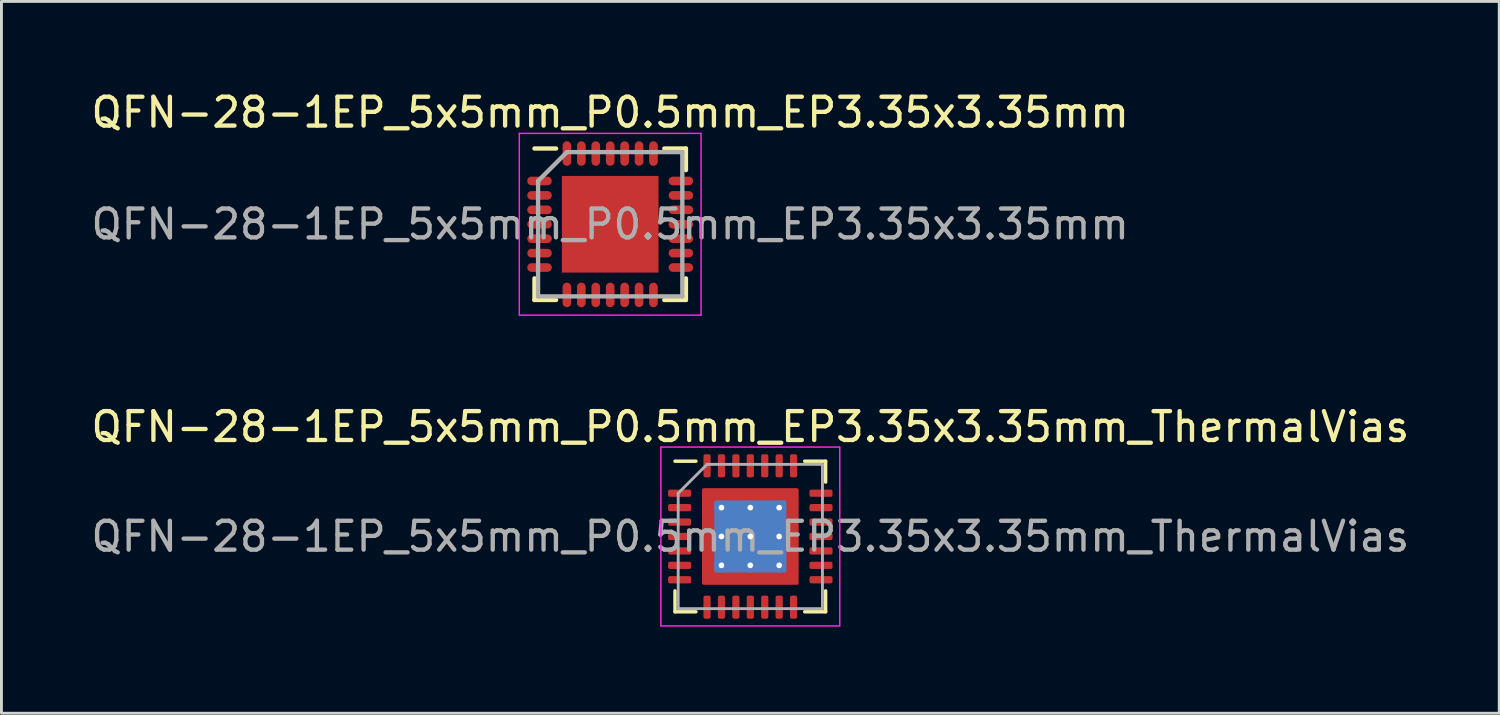
<source format=kicad_pcb>
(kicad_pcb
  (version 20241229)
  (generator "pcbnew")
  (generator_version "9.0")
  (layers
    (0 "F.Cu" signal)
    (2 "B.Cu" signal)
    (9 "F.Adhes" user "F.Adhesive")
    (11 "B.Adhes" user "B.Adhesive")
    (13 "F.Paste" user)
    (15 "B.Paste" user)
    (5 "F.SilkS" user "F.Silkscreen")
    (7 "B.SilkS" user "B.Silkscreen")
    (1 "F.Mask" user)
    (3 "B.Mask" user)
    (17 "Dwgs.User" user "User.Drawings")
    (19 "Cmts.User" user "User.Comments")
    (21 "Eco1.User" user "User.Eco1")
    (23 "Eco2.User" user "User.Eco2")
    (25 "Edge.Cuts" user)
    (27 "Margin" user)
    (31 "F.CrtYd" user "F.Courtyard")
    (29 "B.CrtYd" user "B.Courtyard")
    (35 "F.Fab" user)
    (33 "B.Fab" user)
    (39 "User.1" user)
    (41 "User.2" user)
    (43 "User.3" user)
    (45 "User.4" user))
  (footprint "QFN-28-1EP_5x5mm_P0.5mm_EP3.35x3.35mm"
    (layer "F.Cu")
    (at 18.101 4.723)
    (property "Reference" "QFN-28-1EP_5x5mm_P0.5mm_EP3.35x3.35mm" (at 0 -3.875 0) (layer "F.SilkS") (effects (font (size 1 1) (thickness 0.15))))
    (attr smd)
    (fp_line (start -2.625 -2.625) (end -1.875 -2.625) (stroke (width 0.15) (type solid)) (layer "F.SilkS"))
    (fp_line (start -2.625 2.625) (end -2.625 1.875) (stroke (width 0.15) (type solid)) (layer "F.SilkS"))
    (fp_line (start -2.625 2.625) (end -1.875 2.625) (stroke (width 0.15) (type solid)) (layer "F.SilkS"))
    (fp_line (start 2.625 -2.625) (end 1.875 -2.625) (stroke (width 0.15) (type solid)) (layer "F.SilkS"))
    (fp_line (start 2.625 -2.625) (end 2.625 -1.875) (stroke (width 0.15) (type solid)) (layer "F.SilkS"))
    (fp_line (start 2.625 2.625) (end 1.875 2.625) (stroke (width 0.15) (type solid)) (layer "F.SilkS"))
    (fp_line (start 2.625 2.625) (end 2.625 1.875) (stroke (width 0.15) (type solid)) (layer "F.SilkS"))
    (fp_line (start -3.15 -3.15) (end -3.15 3.15) (stroke (width 0.05) (type solid)) (layer "F.CrtYd"))
    (fp_line (start -3.15 -3.15) (end 3.15 -3.15) (stroke (width 0.05) (type solid)) (layer "F.CrtYd"))
    (fp_line (start -3.15 3.15) (end 3.15 3.15) (stroke (width 0.05) (type solid)) (layer "F.CrtYd"))
    (fp_line (start 3.15 -3.15) (end 3.15 3.15) (stroke (width 0.05) (type solid)) (layer "F.CrtYd"))
    (fp_line (start -2.5 -1.5) (end -1.5 -2.5) (stroke (width 0.15) (type solid)) (layer "F.Fab"))
    (fp_line (start -2.5 2.5) (end -2.5 -1.5) (stroke (width 0.15) (type solid)) (layer "F.Fab"))
    (fp_line (start -1.5 -2.5) (end 2.5 -2.5) (stroke (width 0.15) (type solid)) (layer "F.Fab"))
    (fp_line (start 2.5 -2.5) (end 2.5 2.5) (stroke (width 0.15) (type solid)) (layer "F.Fab"))
    (fp_line (start 2.5 2.5) (end -2.5 2.5) (stroke (width 0.15) (type solid)) (layer "F.Fab"))
    (fp_text user "${REFERENCE}" (at 0 0 0) (layer "F.Fab") (effects (font (size 1 1) (thickness 0.15))))
    (pad "" smd rect (at -1.117 -1.117) (size 0.9 0.9) (layers "F.Paste"))
    (pad "" smd rect (at -1.117 0) (size 0.9 0.9) (layers "F.Paste"))
    (pad "" smd rect (at -1.117 1.117) (size 0.9 0.9) (layers "F.Paste"))
    (pad "" smd rect (at 0 -1.117) (size 0.9 0.9) (layers "F.Paste"))
    (pad "" smd rect (at 0 0) (size 0.9 0.9) (layers "F.Paste"))
    (pad "" smd rect (at 0 1.117) (size 0.9 0.9) (layers "F.Paste"))
    (pad "" smd rect (at 1.117 -1.117) (size 0.9 0.9) (layers "F.Paste"))
    (pad "" smd rect (at 1.117 0) (size 0.9 0.9) (layers "F.Paste"))
    (pad "" smd rect (at 1.117 1.117) (size 0.9 0.9) (layers "F.Paste"))
    (pad "1" smd oval (at -2.45 -1.5) (size 0.85 0.3) (layers "F.Cu" "F.Mask" "F.Paste"))
    (pad "2" smd oval (at -2.45 -1) (size 0.85 0.3) (layers "F.Cu" "F.Mask" "F.Paste"))
    (pad "3" smd oval (at -2.45 -0.5) (size 0.85 0.3) (layers "F.Cu" "F.Mask" "F.Paste"))
    (pad "4" smd oval (at -2.45 0) (size 0.85 0.3) (layers "F.Cu" "F.Mask" "F.Paste"))
    (pad "5" smd oval (at -2.45 0.5) (size 0.85 0.3) (layers "F.Cu" "F.Mask" "F.Paste"))
    (pad "6" smd oval (at -2.45 1) (size 0.85 0.3) (layers "F.Cu" "F.Mask" "F.Paste"))
    (pad "7" smd oval (at -2.45 1.5) (size 0.85 0.3) (layers "F.Cu" "F.Mask" "F.Paste"))
    (pad "8" smd oval (at -1.5 2.45 90) (size 0.85 0.3) (layers "F.Cu" "F.Mask" "F.Paste"))
    (pad "9" smd oval (at -1 2.45 90) (size 0.85 0.3) (layers "F.Cu" "F.Mask" "F.Paste"))
    (pad "10" smd oval (at -0.5 2.45 90) (size 0.85 0.3) (layers "F.Cu" "F.Mask" "F.Paste"))
    (pad "11" smd oval (at 0 2.45 90) (size 0.85 0.3) (layers "F.Cu" "F.Mask" "F.Paste"))
    (pad "12" smd oval (at 0.5 2.45 90) (size 0.85 0.3) (layers "F.Cu" "F.Mask" "F.Paste"))
    (pad "13" smd oval (at 1 2.45 90) (size 0.85 0.3) (layers "F.Cu" "F.Mask" "F.Paste"))
    (pad "14" smd oval (at 1.5 2.45 90) (size 0.85 0.3) (layers "F.Cu" "F.Mask" "F.Paste"))
    (pad "15" smd oval (at 2.45 1.5) (size 0.85 0.3) (layers "F.Cu" "F.Mask" "F.Paste"))
    (pad "16" smd oval (at 2.45 1) (size 0.85 0.3) (layers "F.Cu" "F.Mask" "F.Paste"))
    (pad "17" smd oval (at 2.45 0.5) (size 0.85 0.3) (layers "F.Cu" "F.Mask" "F.Paste"))
    (pad "18" smd oval (at 2.45 0) (size 0.85 0.3) (layers "F.Cu" "F.Mask" "F.Paste"))
    (pad "19" smd oval (at 2.45 -0.5) (size 0.85 0.3) (layers "F.Cu" "F.Mask" "F.Paste"))
    (pad "20" smd oval (at 2.45 -1) (size 0.85 0.3) (layers "F.Cu" "F.Mask" "F.Paste"))
    (pad "21" smd oval (at 2.45 -1.5) (size 0.85 0.3) (layers "F.Cu" "F.Mask" "F.Paste"))
    (pad "22" smd oval (at 1.5 -2.45 90) (size 0.85 0.3) (layers "F.Cu" "F.Mask" "F.Paste"))
    (pad "23" smd oval (at 1 -2.45 90) (size 0.85 0.3) (layers "F.Cu" "F.Mask" "F.Paste"))
    (pad "24" smd oval (at 0.5 -2.45 90) (size 0.85 0.3) (layers "F.Cu" "F.Mask" "F.Paste"))
    (pad "25" smd oval (at 0 -2.45 90) (size 0.85 0.3) (layers "F.Cu" "F.Mask" "F.Paste"))
    (pad "26" smd oval (at -0.5 -2.45 90) (size 0.85 0.3) (layers "F.Cu" "F.Mask" "F.Paste"))
    (pad "27" smd oval (at -1 -2.45 90) (size 0.85 0.3) (layers "F.Cu" "F.Mask" "F.Paste"))
    (pad "28" smd oval (at -1.5 -2.45 90) (size 0.85 0.3) (layers "F.Cu" "F.Mask" "F.Paste"))
    (pad "29" smd rect (at 0 0) (size 3.35 3.35) (layers "F.Cu" "F.Mask")))
  (footprint "QFN-28-1EP_5x5mm_P0.5mm_EP3.35x3.35mm_ThermalVias"
    (layer "F.Cu")
    (at 22.958 15.546)
    (property "Reference" "QFN-28-1EP_5x5mm_P0.5mm_EP3.35x3.35mm_ThermalVias" (at 0 -3.8 0) (layer "F.SilkS") (effects (font (size 1 1) (thickness 0.15))))
    (attr smd)
    (fp_line (start -2.61 2.61) (end -2.61 1.885) (stroke (width 0.12) (type solid)) (layer "F.SilkS"))
    (fp_line (start -1.885 -2.61) (end -2.61 -2.61) (stroke (width 0.12) (type solid)) (layer "F.SilkS"))
    (fp_line (start -1.885 2.61) (end -2.61 2.61) (stroke (width 0.12) (type solid)) (layer "F.SilkS"))
    (fp_line (start 1.885 -2.61) (end 2.61 -2.61) (stroke (width 0.12) (type solid)) (layer "F.SilkS"))
    (fp_line (start 1.885 2.61) (end 2.61 2.61) (stroke (width 0.12) (type solid)) (layer "F.SilkS"))
    (fp_line (start 2.61 -2.61) (end 2.61 -1.885) (stroke (width 0.12) (type solid)) (layer "F.SilkS"))
    (fp_line (start 2.61 2.61) (end 2.61 1.885) (stroke (width 0.12) (type solid)) (layer "F.SilkS"))
    (fp_line (start -3.1 -3.1) (end -3.1 3.1) (stroke (width 0.05) (type solid)) (layer "F.CrtYd"))
    (fp_line (start -3.1 3.1) (end 3.1 3.1) (stroke (width 0.05) (type solid)) (layer "F.CrtYd"))
    (fp_line (start 3.1 -3.1) (end -3.1 -3.1) (stroke (width 0.05) (type solid)) (layer "F.CrtYd"))
    (fp_line (start 3.1 3.1) (end 3.1 -3.1) (stroke (width 0.05) (type solid)) (layer "F.CrtYd"))
    (fp_line (start -2.5 -1.5) (end -1.5 -2.5) (stroke (width 0.1) (type solid)) (layer "F.Fab"))
    (fp_line (start -2.5 2.5) (end -2.5 -1.5) (stroke (width 0.1) (type solid)) (layer "F.Fab"))
    (fp_line (start -1.5 -2.5) (end 2.5 -2.5) (stroke (width 0.1) (type solid)) (layer "F.Fab"))
    (fp_line (start 2.5 -2.5) (end 2.5 2.5) (stroke (width 0.1) (type solid)) (layer "F.Fab"))
    (fp_line (start 2.5 2.5) (end -2.5 2.5) (stroke (width 0.1) (type solid)) (layer "F.Fab"))
    (fp_text user "${REFERENCE}" (at 0 0 0) (layer "F.Fab") (effects (font (size 1 1) (thickness 0.15))))
    (pad "" smd custom (at -1.337 -1.337) (size 0.437 0.437) (layers "F.Paste") (options (anchor circle)) (primitives (gr_poly (pts (xy -0.165 -0.165) (xy 0.165 -0.165) (xy 0.165 0.076) (xy 0.076 0.165) (xy -0.165 0.165)) (width 0.215) (fill yes))))
    (pad "" smd custom (at -1.337 -0.5) (size 0.459 0.459) (layers "F.Paste") (options (anchor circle)) (primitives (gr_poly (pts (xy -0.187 -0.318) (xy 0.116 -0.318) (xy 0.187 -0.247) (xy 0.187 0.247) (xy 0.116 0.318) (xy -0.187 0.318)) (width 0.17) (fill yes))))
    (pad "" smd custom (at -1.337 0.5) (size 0.459 0.459) (layers "F.Paste") (options (anchor circle)) (primitives (gr_poly (pts (xy -0.187 -0.318) (xy 0.116 -0.318) (xy 0.187 -0.247) (xy 0.187 0.247) (xy 0.116 0.318) (xy -0.187 0.318)) (width 0.17) (fill yes))))
    (pad "" smd custom (at -1.337 1.337) (size 0.437 0.437) (layers "F.Paste") (options (anchor circle)) (primitives (gr_poly (pts (xy -0.165 -0.165) (xy 0.076 -0.165) (xy 0.165 -0.076) (xy 0.165 0.165) (xy -0.165 0.165)) (width 0.215) (fill yes))))
    (pad "" smd custom (at -0.5 -1.337) (size 0.459 0.459) (layers "F.Paste") (options (anchor circle)) (primitives (gr_poly (pts (xy -0.318 -0.187) (xy 0.318 -0.187) (xy 0.318 0.116) (xy 0.247 0.187) (xy -0.247 0.187) (xy -0.318 0.116)) (width 0.17) (fill yes))))
    (pad "" smd roundrect (at -0.5 -0.5) (size 0.806 0.806) (layers "F.Paste") (roundrect_rratio 0.25))
    (pad "" smd roundrect (at -0.5 0.5) (size 0.806 0.806) (layers "F.Paste") (roundrect_rratio 0.25))
    (pad "" smd custom (at -0.5 1.337) (size 0.459 0.459) (layers "F.Paste") (options (anchor circle)) (primitives (gr_poly (pts (xy -0.318 -0.116) (xy -0.247 -0.187) (xy 0.247 -0.187) (xy 0.318 -0.116) (xy 0.318 0.187) (xy -0.318 0.187)) (width 0.17) (fill yes))))
    (pad "" smd custom (at 0.5 -1.337) (size 0.459 0.459) (layers "F.Paste") (options (anchor circle)) (primitives (gr_poly (pts (xy -0.318 -0.187) (xy 0.318 -0.187) (xy 0.318 0.116) (xy 0.247 0.187) (xy -0.247 0.187) (xy -0.318 0.116)) (width 0.17) (fill yes))))
    (pad "" smd roundrect (at 0.5 -0.5) (size 0.806 0.806) (layers "F.Paste") (roundrect_rratio 0.25))
    (pad "" smd roundrect (at 0.5 0.5) (size 0.806 0.806) (layers "F.Paste") (roundrect_rratio 0.25))
    (pad "" smd custom (at 0.5 1.337) (size 0.459 0.459) (layers "F.Paste") (options (anchor circle)) (primitives (gr_poly (pts (xy -0.318 -0.116) (xy -0.247 -0.187) (xy 0.247 -0.187) (xy 0.318 -0.116) (xy 0.318 0.187) (xy -0.318 0.187)) (width 0.17) (fill yes))))
    (pad "" smd custom (at 1.337 -1.337) (size 0.437 0.437) (layers "F.Paste") (options (anchor circle)) (primitives (gr_poly (pts (xy -0.165 -0.165) (xy 0.165 -0.165) (xy 0.165 0.165) (xy -0.076 0.165) (xy -0.165 0.076)) (width 0.215) (fill yes))))
    (pad "" smd custom (at 1.337 -0.5) (size 0.459 0.459) (layers "F.Paste") (options (anchor circle)) (primitives (gr_poly (pts (xy -0.187 -0.247) (xy -0.116 -0.318) (xy 0.187 -0.318) (xy 0.187 0.318) (xy -0.116 0.318) (xy -0.187 0.247)) (width 0.17) (fill yes))))
    (pad "" smd custom (at 1.337 0.5) (size 0.459 0.459) (layers "F.Paste") (options (anchor circle)) (primitives (gr_poly (pts (xy -0.187 -0.247) (xy -0.116 -0.318) (xy 0.187 -0.318) (xy 0.187 0.318) (xy -0.116 0.318) (xy -0.187 0.247)) (width 0.17) (fill yes))))
    (pad "" smd custom (at 1.337 1.337) (size 0.437 0.437) (layers "F.Paste") (options (anchor circle)) (primitives (gr_poly (pts (xy -0.165 -0.076) (xy -0.076 -0.165) (xy 0.165 -0.165) (xy 0.165 0.165) (xy -0.165 0.165)) (width 0.215) (fill yes))))
    (pad "1" smd roundrect (at -2.45 -1.5) (size 0.8 0.25) (layers "F.Cu" "F.Mask" "F.Paste") (roundrect_rratio 0.25))
    (pad "2" smd roundrect (at -2.45 -1) (size 0.8 0.25) (layers "F.Cu" "F.Mask" "F.Paste") (roundrect_rratio 0.25))
    (pad "3" smd roundrect (at -2.45 -0.5) (size 0.8 0.25) (layers "F.Cu" "F.Mask" "F.Paste") (roundrect_rratio 0.25))
    (pad "4" smd roundrect (at -2.45 0) (size 0.8 0.25) (layers "F.Cu" "F.Mask" "F.Paste") (roundrect_rratio 0.25))
    (pad "5" smd roundrect (at -2.45 0.5) (size 0.8 0.25) (layers "F.Cu" "F.Mask" "F.Paste") (roundrect_rratio 0.25))
    (pad "6" smd roundrect (at -2.45 1) (size 0.8 0.25) (layers "F.Cu" "F.Mask" "F.Paste") (roundrect_rratio 0.25))
    (pad "7" smd roundrect (at -2.45 1.5) (size 0.8 0.25) (layers "F.Cu" "F.Mask" "F.Paste") (roundrect_rratio 0.25))
    (pad "8" smd roundrect (at -1.5 2.45) (size 0.25 0.8) (layers "F.Cu" "F.Mask" "F.Paste") (roundrect_rratio 0.25))
    (pad "9" smd roundrect (at -1 2.45) (size 0.25 0.8) (layers "F.Cu" "F.Mask" "F.Paste") (roundrect_rratio 0.25))
    (pad "10" smd roundrect (at -0.5 2.45) (size 0.25 0.8) (layers "F.Cu" "F.Mask" "F.Paste") (roundrect_rratio 0.25))
    (pad "11" smd roundrect (at 0 2.45) (size 0.25 0.8) (layers "F.Cu" "F.Mask" "F.Paste") (roundrect_rratio 0.25))
    (pad "12" smd roundrect (at 0.5 2.45) (size 0.25 0.8) (layers "F.Cu" "F.Mask" "F.Paste") (roundrect_rratio 0.25))
    (pad "13" smd roundrect (at 1 2.45) (size 0.25 0.8) (layers "F.Cu" "F.Mask" "F.Paste") (roundrect_rratio 0.25))
    (pad "14" smd roundrect (at 1.5 2.45) (size 0.25 0.8) (layers "F.Cu" "F.Mask" "F.Paste") (roundrect_rratio 0.25))
    (pad "15" smd roundrect (at 2.45 1.5) (size 0.8 0.25) (layers "F.Cu" "F.Mask" "F.Paste") (roundrect_rratio 0.25))
    (pad "16" smd roundrect (at 2.45 1) (size 0.8 0.25) (layers "F.Cu" "F.Mask" "F.Paste") (roundrect_rratio 0.25))
    (pad "17" smd roundrect (at 2.45 0.5) (size 0.8 0.25) (layers "F.Cu" "F.Mask" "F.Paste") (roundrect_rratio 0.25))
    (pad "18" smd roundrect (at 2.45 0) (size 0.8 0.25) (layers "F.Cu" "F.Mask" "F.Paste") (roundrect_rratio 0.25))
    (pad "19" smd roundrect (at 2.45 -0.5) (size 0.8 0.25) (layers "F.Cu" "F.Mask" "F.Paste") (roundrect_rratio 0.25))
    (pad "20" smd roundrect (at 2.45 -1) (size 0.8 0.25) (layers "F.Cu" "F.Mask" "F.Paste") (roundrect_rratio 0.25))
    (pad "21" smd roundrect (at 2.45 -1.5) (size 0.8 0.25) (layers "F.Cu" "F.Mask" "F.Paste") (roundrect_rratio 0.25))
    (pad "22" smd roundrect (at 1.5 -2.45) (size 0.25 0.8) (layers "F.Cu" "F.Mask" "F.Paste") (roundrect_rratio 0.25))
    (pad "23" smd roundrect (at 1 -2.45) (size 0.25 0.8) (layers "F.Cu" "F.Mask" "F.Paste") (roundrect_rratio 0.25))
    (pad "24" smd roundrect (at 0.5 -2.45) (size 0.25 0.8) (layers "F.Cu" "F.Mask" "F.Paste") (roundrect_rratio 0.25))
    (pad "25" smd roundrect (at 0 -2.45) (size 0.25 0.8) (layers "F.Cu" "F.Mask" "F.Paste") (roundrect_rratio 0.25))
    (pad "26" smd roundrect (at -0.5 -2.45) (size 0.25 0.8) (layers "F.Cu" "F.Mask" "F.Paste") (roundrect_rratio 0.25))
    (pad "27" smd roundrect (at -1 -2.45) (size 0.25 0.8) (layers "F.Cu" "F.Mask" "F.Paste") (roundrect_rratio 0.25))
    (pad "28" smd roundrect (at -1.5 -2.45) (size 0.25 0.8) (layers "F.Cu" "F.Mask" "F.Paste") (roundrect_rratio 0.25))
    (pad "29" thru_hole circle (at -1 -1) (size 0.5 0.5) (drill 0.2) (layers "*.Cu"))
    (pad "29" thru_hole circle (at -1 0) (size 0.5 0.5) (drill 0.2) (layers "*.Cu"))
    (pad "29" thru_hole circle (at -1 1) (size 0.5 0.5) (drill 0.2) (layers "*.Cu"))
    (pad "29" thru_hole circle (at 0 -1) (size 0.5 0.5) (drill 0.2) (layers "*.Cu"))
    (pad "29" thru_hole circle (at 0 0) (size 0.5 0.5) (drill 0.2) (layers "*.Cu"))
    (pad "29" smd roundrect (at 0 0) (size 2.5 2.5) (layers "B.Cu") (roundrect_rratio 0.025))
    (pad "29" smd roundrect (at 0 0) (size 3.35 3.35) (layers "F.Cu" "F.Mask") (roundrect_rratio 0.019))
    (pad "29" thru_hole circle (at 0 1) (size 0.5 0.5) (drill 0.2) (layers "*.Cu"))
    (pad "29" thru_hole circle (at 1 -1) (size 0.5 0.5) (drill 0.2) (layers "*.Cu"))
    (pad "29" thru_hole circle (at 1 0) (size 0.5 0.5) (drill 0.2) (layers "*.Cu"))
    (pad "29" thru_hole circle (at 1 1) (size 0.5 0.5) (drill 0.2) (layers "*.Cu")))
  (gr_rect
    (start -3 -3)
    (end 48.917 21.672)
    (stroke (width 0.1) (type default))
    (fill no)
    (layer "Edge.Cuts")))
</source>
